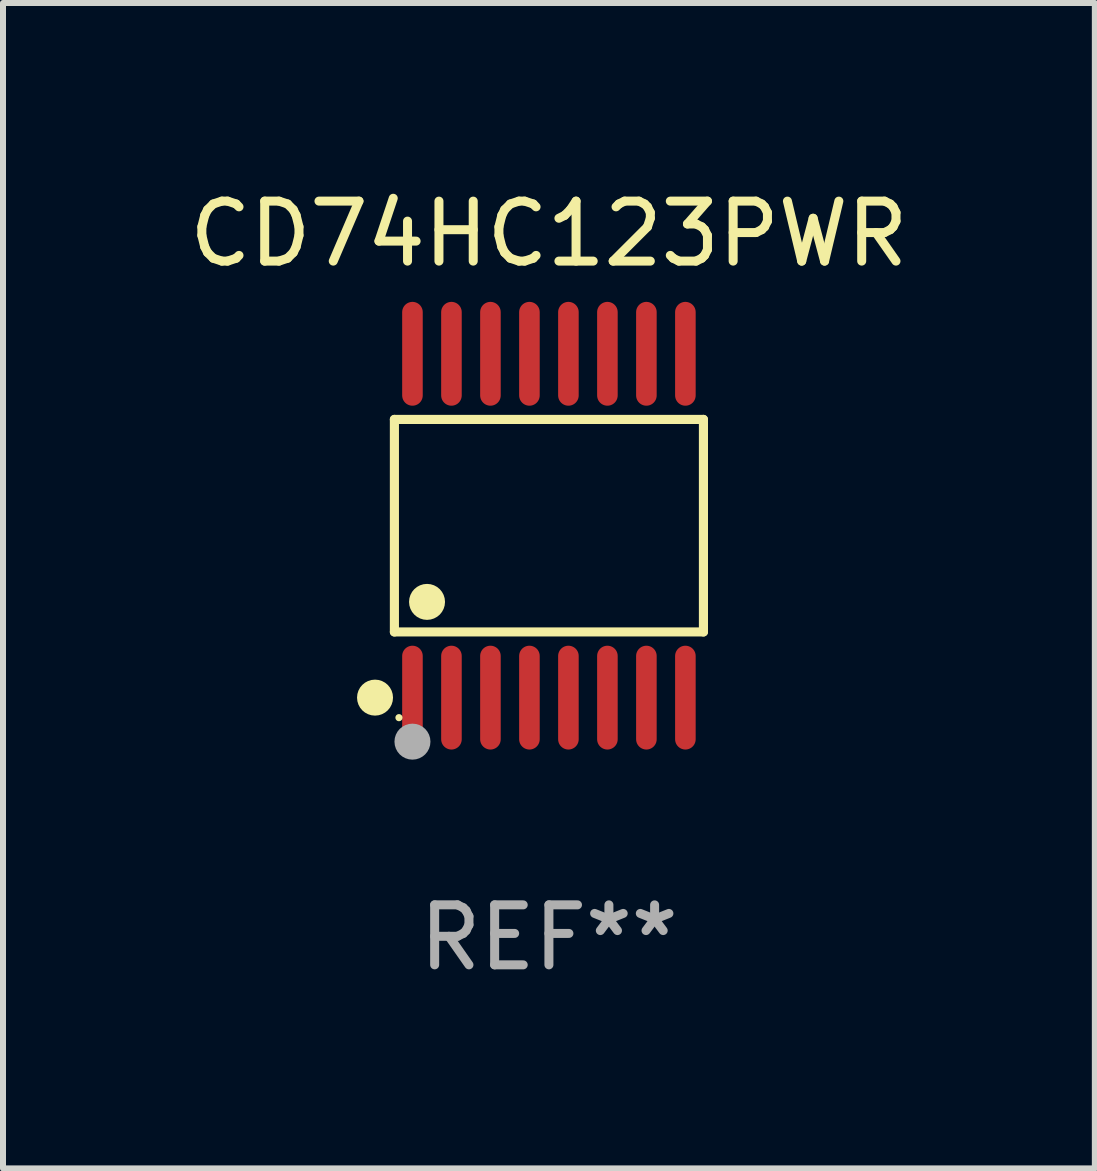
<source format=kicad_pcb>
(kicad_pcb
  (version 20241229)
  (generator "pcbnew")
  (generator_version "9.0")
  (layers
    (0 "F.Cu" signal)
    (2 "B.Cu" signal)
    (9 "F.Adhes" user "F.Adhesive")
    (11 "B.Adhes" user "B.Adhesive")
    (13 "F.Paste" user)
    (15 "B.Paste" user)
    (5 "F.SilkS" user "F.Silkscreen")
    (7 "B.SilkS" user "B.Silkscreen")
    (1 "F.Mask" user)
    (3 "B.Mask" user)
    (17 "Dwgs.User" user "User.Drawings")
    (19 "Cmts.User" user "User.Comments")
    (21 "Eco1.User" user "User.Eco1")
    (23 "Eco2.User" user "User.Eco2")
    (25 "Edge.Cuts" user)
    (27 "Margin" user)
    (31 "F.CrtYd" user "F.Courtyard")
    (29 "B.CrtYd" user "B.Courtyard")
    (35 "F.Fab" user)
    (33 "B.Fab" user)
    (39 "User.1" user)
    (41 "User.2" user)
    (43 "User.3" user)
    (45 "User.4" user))
  (footprint "CD74HC123PWR"
    (layer "F.Cu")
    (at 6.101 5.714)
    (property "Reference" "CD74HC123PWR" (at 0 -4.866 0) (layer "F.SilkS") (effects (font (size 1 1) (thickness 0.15))))
    (attr through_hole)
    (fp_line (start -2.576 -1.772) (end 2.576 -1.772) (stroke (width 0.152) (type solid)) (layer "F.SilkS"))
    (fp_line (start -2.576 1.771) (end -2.576 -1.772) (stroke (width 0.152) (type solid)) (layer "F.SilkS"))
    (fp_line (start 2.576 -1.772) (end 2.576 1.771) (stroke (width 0.152) (type solid)) (layer "F.SilkS"))
    (fp_line (start 2.576 1.771) (end -2.576 1.771) (stroke (width 0.152) (type solid)) (layer "F.SilkS"))
    (fp_circle (center -2.899 2.866) (end -2.749 2.866) (stroke (width 0.3) (type solid)) (fill no) (layer "F.SilkS"))
    (fp_circle (center -2.5 3.2) (end -2.47 3.2) (stroke (width 0.06) (type solid)) (fill no) (layer "F.SilkS"))
    (fp_circle (center -2.032 1.27) (end -1.882 1.27) (stroke (width 0.3) (type solid)) (fill no) (layer "F.SilkS"))
    (fp_circle (center -2.275 3.6) (end -2.125 3.6) (stroke (width 0.3) (type solid)) (fill no) (layer "F.Fab"))
    (fp_text user "REF**" (at 0 6.866 0) (layer "F.Fab") (effects (font (size 1 1) (thickness 0.15))))
    (pad "1" smd oval (at -2.275 2.866) (size 0.343 1.731) (layers "F.Cu" "F.Mask" "F.Paste"))
    (pad "2" smd oval (at -1.625 2.866) (size 0.343 1.731) (layers "F.Cu" "F.Mask" "F.Paste"))
    (pad "3" smd oval (at -0.975 2.866) (size 0.343 1.731) (layers "F.Cu" "F.Mask" "F.Paste"))
    (pad "4" smd oval (at -0.325 2.866) (size 0.343 1.731) (layers "F.Cu" "F.Mask" "F.Paste"))
    (pad "5" smd oval (at 0.325 2.866) (size 0.343 1.731) (layers "F.Cu" "F.Mask" "F.Paste"))
    (pad "6" smd oval (at 0.975 2.866) (size 0.343 1.731) (layers "F.Cu" "F.Mask" "F.Paste"))
    (pad "7" smd oval (at 1.625 2.866) (size 0.343 1.731) (layers "F.Cu" "F.Mask" "F.Paste"))
    (pad "8" smd oval (at 2.275 2.866) (size 0.343 1.731) (layers "F.Cu" "F.Mask" "F.Paste"))
    (pad "9" smd oval (at 2.275 -2.866) (size 0.343 1.731) (layers "F.Cu" "F.Mask" "F.Paste"))
    (pad "10" smd oval (at 1.625 -2.866) (size 0.343 1.731) (layers "F.Cu" "F.Mask" "F.Paste"))
    (pad "11" smd oval (at 0.975 -2.866) (size 0.343 1.731) (layers "F.Cu" "F.Mask" "F.Paste"))
    (pad "12" smd oval (at 0.325 -2.866) (size 0.343 1.731) (layers "F.Cu" "F.Mask" "F.Paste"))
    (pad "13" smd oval (at -0.325 -2.866) (size 0.343 1.731) (layers "F.Cu" "F.Mask" "F.Paste"))
    (pad "14" smd oval (at -0.975 -2.866) (size 0.343 1.731) (layers "F.Cu" "F.Mask" "F.Paste"))
    (pad "15" smd oval (at -1.625 -2.866) (size 0.343 1.731) (layers "F.Cu" "F.Mask" "F.Paste"))
    (pad "16" smd oval (at -2.275 -2.866) (size 0.343 1.731) (layers "F.Cu" "F.Mask" "F.Paste")))
  (gr_rect
    (start -3 -3)
    (end 15.202 16.428)
    (stroke (width 0.1) (type default))
    (fill no)
    (layer "Edge.Cuts")))
</source>
